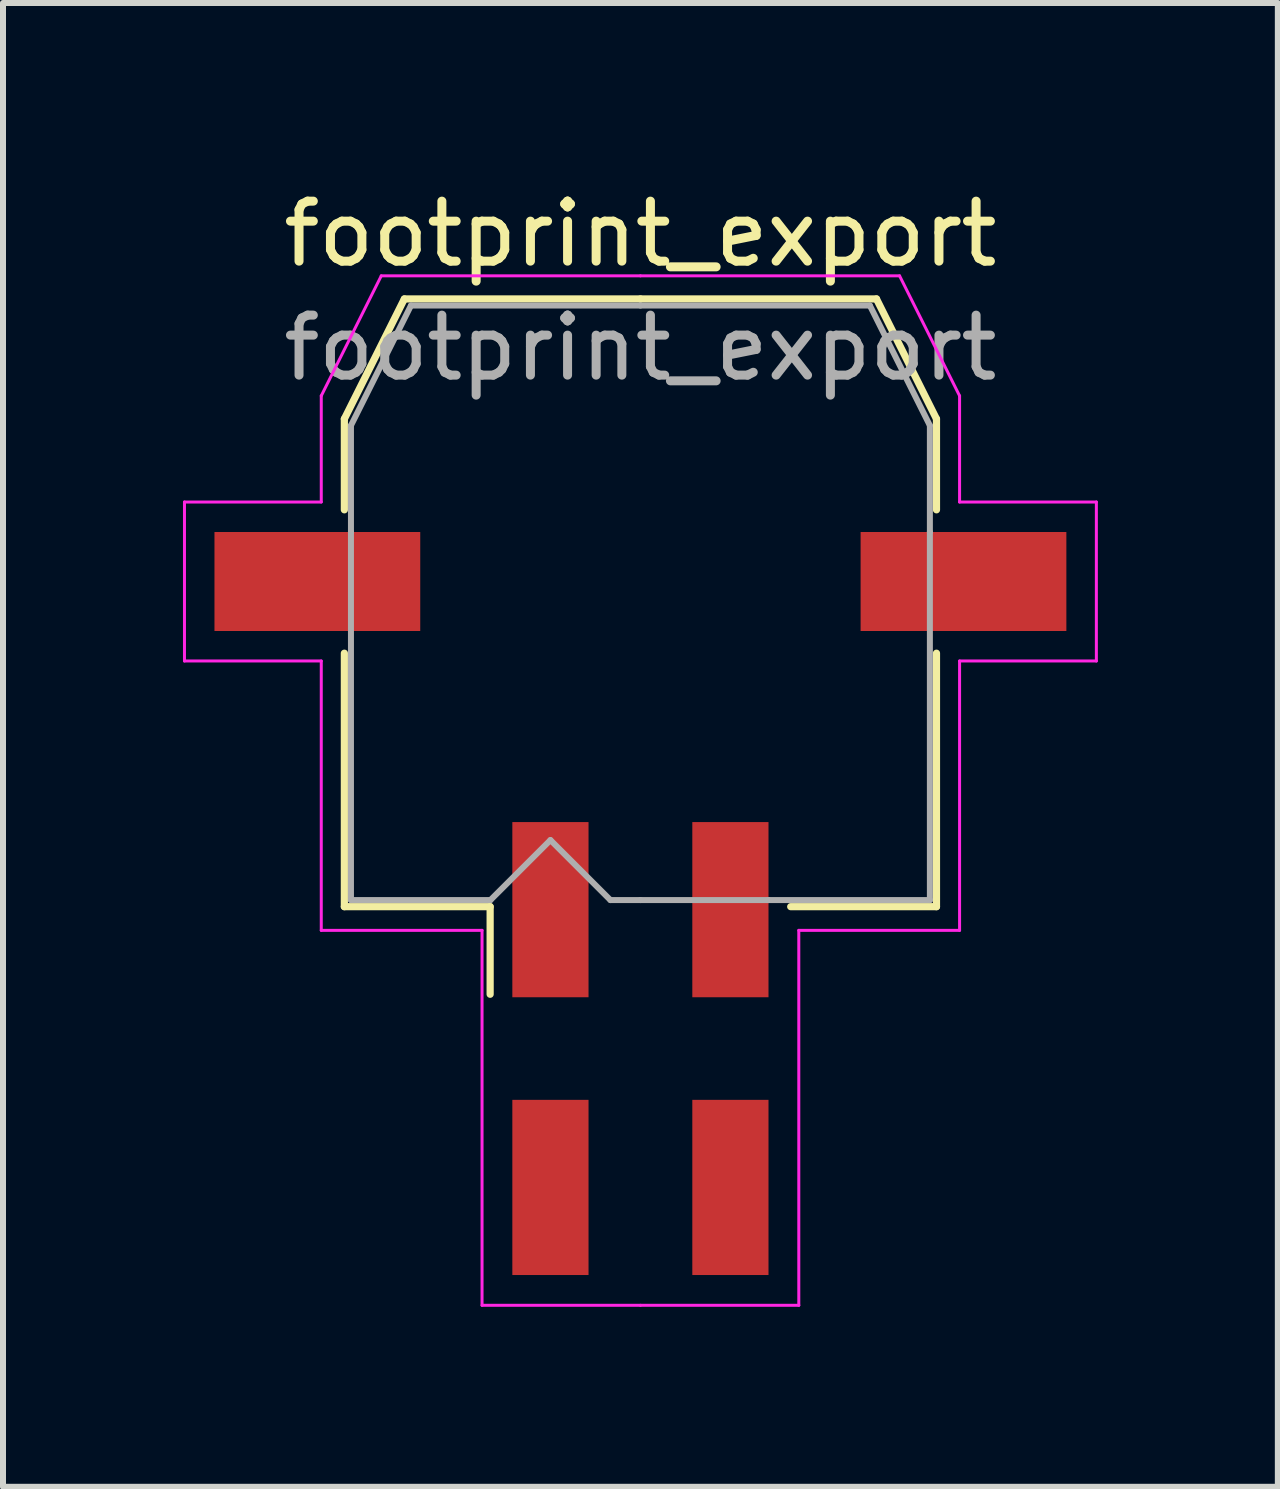
<source format=kicad_pcb>
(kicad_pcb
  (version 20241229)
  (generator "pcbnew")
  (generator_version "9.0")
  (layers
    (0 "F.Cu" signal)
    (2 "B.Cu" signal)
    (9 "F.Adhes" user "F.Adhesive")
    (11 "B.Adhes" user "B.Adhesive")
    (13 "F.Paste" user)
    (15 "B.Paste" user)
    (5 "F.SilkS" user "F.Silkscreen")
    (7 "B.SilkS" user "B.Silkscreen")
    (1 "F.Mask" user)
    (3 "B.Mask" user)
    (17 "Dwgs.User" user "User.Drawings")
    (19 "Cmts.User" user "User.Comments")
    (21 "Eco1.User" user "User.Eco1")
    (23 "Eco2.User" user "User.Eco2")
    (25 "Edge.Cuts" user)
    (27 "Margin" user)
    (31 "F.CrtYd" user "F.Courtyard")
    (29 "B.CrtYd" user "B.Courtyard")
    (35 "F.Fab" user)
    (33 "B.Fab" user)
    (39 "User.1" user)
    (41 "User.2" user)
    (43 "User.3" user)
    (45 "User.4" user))
  (footprint "footprint_export"
    (layer "F.Cu")
    (at 7.625 14.428)
    (property "Reference" "footprint_export" (at 0 -13.58 0) (layer "F.SilkS") (effects (font (size 1 1) (thickness 0.15))))
    (attr smd)
    (fp_line (start -4.935 -10.495) (end -4.935 -8.98) (stroke (width 0.12) (type solid)) (layer "F.SilkS"))
    (fp_line (start -4.935 -6.59) (end -4.935 -2.365) (stroke (width 0.12) (type solid)) (layer "F.SilkS"))
    (fp_line (start -4.935 -2.365) (end -2.505 -2.365) (stroke (width 0.12) (type solid)) (layer "F.SilkS"))
    (fp_line (start -3.935 -12.495) (end -4.935 -10.495) (stroke (width 0.12) (type solid)) (layer "F.SilkS"))
    (fp_line (start -2.505 -2.365) (end -2.505 -0.905) (stroke (width 0.12) (type solid)) (layer "F.SilkS"))
    (fp_line (start 0 -12.495) (end -3.935 -12.495) (stroke (width 0.12) (type solid)) (layer "F.SilkS"))
    (fp_line (start 0 -12.495) (end 3.935 -12.495) (stroke (width 0.12) (type solid)) (layer "F.SilkS"))
    (fp_line (start 3.935 -12.495) (end 4.935 -10.495) (stroke (width 0.12) (type solid)) (layer "F.SilkS"))
    (fp_line (start 4.935 -10.495) (end 4.935 -8.98) (stroke (width 0.12) (type solid)) (layer "F.SilkS"))
    (fp_line (start 4.935 -6.59) (end 4.935 -2.365) (stroke (width 0.12) (type solid)) (layer "F.SilkS"))
    (fp_line (start 4.935 -2.365) (end 2.505 -2.365) (stroke (width 0.12) (type solid)) (layer "F.SilkS"))
    (fp_line (start -7.6 -9.11) (end -7.6 -6.46) (stroke (width 0.05) (type solid)) (layer "F.CrtYd"))
    (fp_line (start -7.6 -6.46) (end -5.32 -6.46) (stroke (width 0.05) (type solid)) (layer "F.CrtYd"))
    (fp_line (start -5.32 -10.88) (end -5.32 -9.11) (stroke (width 0.05) (type solid)) (layer "F.CrtYd"))
    (fp_line (start -5.32 -9.11) (end -7.6 -9.11) (stroke (width 0.05) (type solid)) (layer "F.CrtYd"))
    (fp_line (start -5.32 -6.46) (end -5.32 -1.97) (stroke (width 0.05) (type solid)) (layer "F.CrtYd"))
    (fp_line (start -5.32 -1.97) (end -2.64 -1.97) (stroke (width 0.05) (type solid)) (layer "F.CrtYd"))
    (fp_line (start -4.32 -12.88) (end -5.32 -10.88) (stroke (width 0.05) (type solid)) (layer "F.CrtYd"))
    (fp_line (start -2.64 -1.97) (end -2.64 4.28) (stroke (width 0.05) (type solid)) (layer "F.CrtYd"))
    (fp_line (start -2.64 4.28) (end 0 4.28) (stroke (width 0.05) (type solid)) (layer "F.CrtYd"))
    (fp_line (start 0 -12.88) (end -4.32 -12.88) (stroke (width 0.05) (type solid)) (layer "F.CrtYd"))
    (fp_line (start 0 -12.88) (end 4.32 -12.88) (stroke (width 0.05) (type solid)) (layer "F.CrtYd"))
    (fp_line (start 2.64 -1.97) (end 2.64 4.28) (stroke (width 0.05) (type solid)) (layer "F.CrtYd"))
    (fp_line (start 2.64 4.28) (end 0 4.28) (stroke (width 0.05) (type solid)) (layer "F.CrtYd"))
    (fp_line (start 4.32 -12.88) (end 5.32 -10.88) (stroke (width 0.05) (type solid)) (layer "F.CrtYd"))
    (fp_line (start 5.32 -10.88) (end 5.32 -9.11) (stroke (width 0.05) (type solid)) (layer "F.CrtYd"))
    (fp_line (start 5.32 -9.11) (end 7.6 -9.11) (stroke (width 0.05) (type solid)) (layer "F.CrtYd"))
    (fp_line (start 5.32 -6.46) (end 5.32 -1.97) (stroke (width 0.05) (type solid)) (layer "F.CrtYd"))
    (fp_line (start 5.32 -1.97) (end 2.64 -1.97) (stroke (width 0.05) (type solid)) (layer "F.CrtYd"))
    (fp_line (start 7.6 -9.11) (end 7.6 -6.46) (stroke (width 0.05) (type solid)) (layer "F.CrtYd"))
    (fp_line (start 7.6 -6.46) (end 5.32 -6.46) (stroke (width 0.05) (type solid)) (layer "F.CrtYd"))
    (fp_line (start -4.825 -10.385) (end -4.825 -8.61) (stroke (width 0.1) (type solid)) (layer "F.Fab"))
    (fp_line (start -4.825 -8.61) (end -4.825 -2.475) (stroke (width 0.1) (type solid)) (layer "F.Fab"))
    (fp_line (start -4.825 -2.475) (end -2.5 -2.475) (stroke (width 0.1) (type solid)) (layer "F.Fab"))
    (fp_line (start -3.825 -12.385) (end -4.825 -10.385) (stroke (width 0.1) (type solid)) (layer "F.Fab"))
    (fp_line (start -2.5 -2.475) (end -1.5 -3.475) (stroke (width 0.1) (type solid)) (layer "F.Fab"))
    (fp_line (start -1.5 -3.475) (end -0.5 -2.475) (stroke (width 0.1) (type solid)) (layer "F.Fab"))
    (fp_line (start -0.5 -2.475) (end 0 -2.475) (stroke (width 0.1) (type solid)) (layer "F.Fab"))
    (fp_line (start 0 -12.385) (end -3.825 -12.385) (stroke (width 0.1) (type solid)) (layer "F.Fab"))
    (fp_line (start 0 -12.385) (end 3.825 -12.385) (stroke (width 0.1) (type solid)) (layer "F.Fab"))
    (fp_line (start 2.135 -2.475) (end 0 -2.475) (stroke (width 0.1) (type solid)) (layer "F.Fab"))
    (fp_line (start 3.825 -12.385) (end 4.825 -10.385) (stroke (width 0.1) (type solid)) (layer "F.Fab"))
    (fp_line (start 4.825 -10.385) (end 4.825 -8.61) (stroke (width 0.1) (type solid)) (layer "F.Fab"))
    (fp_line (start 4.825 -8.61) (end 4.825 -2.475) (stroke (width 0.1) (type solid)) (layer "F.Fab"))
    (fp_line (start 4.825 -2.475) (end 2.135 -2.475) (stroke (width 0.1) (type solid)) (layer "F.Fab"))
    (fp_text user "${REFERENCE}" (at 0 -11.68 0) (layer "F.Fab") (effects (font (size 1 1) (thickness 0.15))))
    (pad "1" smd rect (at -1.5 -2.315) (size 1.27 2.92) (layers "F.Cu" "F.Mask" "F.Paste"))
    (pad "2" smd rect (at 1.5 -2.315) (size 1.27 2.92) (layers "F.Cu" "F.Mask" "F.Paste"))
    (pad "3" smd rect (at -1.5 2.315) (size 1.27 2.92) (layers "F.Cu" "F.Mask" "F.Paste"))
    (pad "4" smd rect (at 1.5 2.315) (size 1.27 2.92) (layers "F.Cu" "F.Mask" "F.Paste"))
    (pad "MP" smd rect (at -5.385 -7.785) (size 3.43 1.65) (layers "F.Cu" "F.Mask" "F.Paste"))
    (pad "MP" smd rect (at 5.385 -7.785) (size 3.43 1.65) (layers "F.Cu" "F.Mask" "F.Paste")))
  (gr_rect
    (start -3 -3)
    (end 18.25 21.733)
    (stroke (width 0.1) (type default))
    (fill no)
    (layer "Edge.Cuts")))
</source>
